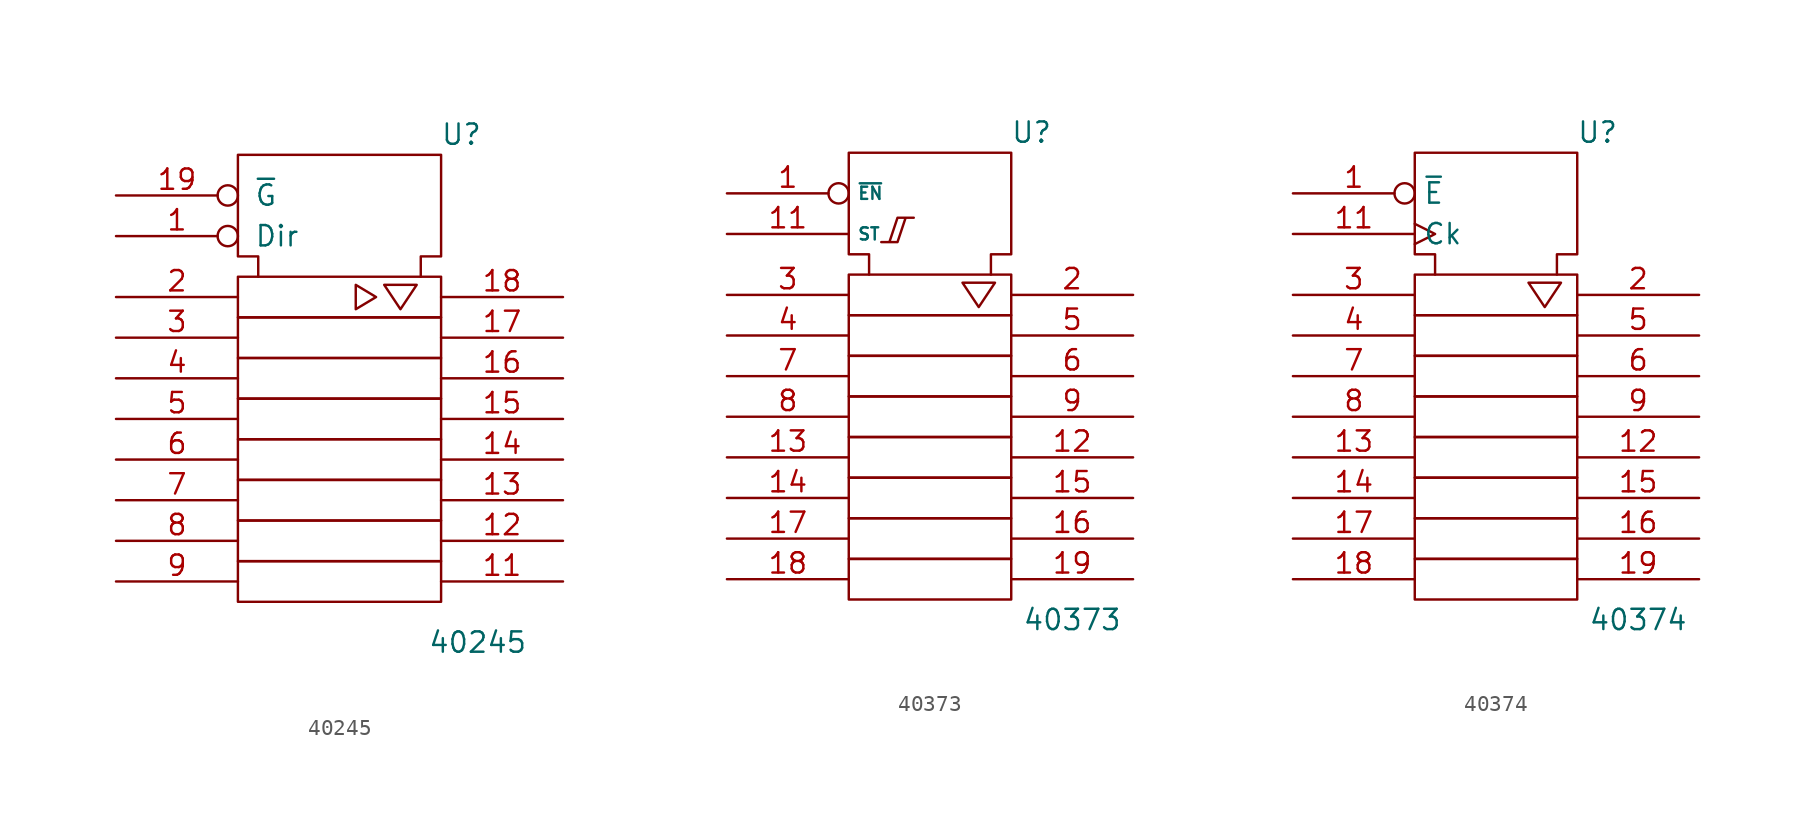
<source format=kicad_sym>
(kicad_symbol_lib
  (version 20211014)
  (generator kicad_symbol_editor)
  (symbol "40245"
    (pin_names
      (offset 1.016))
    (property "Reference" "U"
      (at 7.62 16.51 0)
      (effects (font (size 1.27 1.27))))
    (property "Value" "40245"
      (at 8.636 -15.24 0)
      (effects (font (size 1.27 1.27))))
    (symbol "40245_0_0"
      (polyline (pts (xy 1.016 7.112) (xy 1.016 5.588) (xy 2.286 6.35) (xy 1.016 7.112) (xy 1.016 7.112)) (stroke (width 0) (type default) (color 0 0 0 0)) (fill (type none)))
      (polyline (pts (xy 3.302 7.112) (xy 4.826 7.112) (xy 3.81 5.588) (xy 2.794 7.112) (xy 3.302 7.112) (xy 3.302 7.112)) (stroke (width 0) (type default) (color 0 0 0 0)) (fill (type none))))
    (symbol "40245_0_1"
      (rectangle (start -6.35 -10.16) (end 6.35 -12.7) (stroke (width 0) (type default) (color 0 0 0 0)) (fill (type none)))
      (rectangle (start -6.35 -7.62) (end 6.35 -10.16) (stroke (width 0) (type default) (color 0 0 0 0)) (fill (type none)))
      (rectangle (start -6.35 -5.08) (end 6.35 -7.62) (stroke (width 0) (type default) (color 0 0 0 0)) (fill (type none)))
      (rectangle (start -6.35 -2.54) (end 6.35 -5.08) (stroke (width 0) (type default) (color 0 0 0 0)) (fill (type none)))
      (rectangle (start -6.35 0) (end 6.35 -2.54) (stroke (width 0) (type default) (color 0 0 0 0)) (fill (type none)))
      (rectangle (start -6.35 2.54) (end 6.35 0) (stroke (width 0) (type default) (color 0 0 0 0)) (fill (type none)))
      (rectangle (start -6.35 5.08) (end 6.35 2.54) (stroke (width 0) (type default) (color 0 0 0 0)) (fill (type none)))
      (rectangle (start -6.35 7.62) (end 6.35 5.08) (stroke (width 0) (type default) (color 0 0 0 0)) (fill (type none)))
      (polyline (pts (xy -5.08 7.62) (xy -5.08 8.89) (xy -6.35 8.89) (xy -6.35 15.24) (xy 6.35 15.24) (xy 6.35 8.89) (xy 5.08 8.89) (xy 5.08 7.62) (xy 5.08 7.62)) (stroke (width 0) (type default) (color 0 0 0 0)) (fill (type none))))
    (symbol "40245_1_0"
      (pin output inverted (at -13.97 10.16 0) (length 7.62) (name "Dir" (effects (font (size 1.27 1.27)))) (number "1" (effects (font (size 1.27 1.27)))))
      (pin power_in line (at 0 15.24 270) (length 0) hide (name "Vss" (effects (font (size 1.27 1.27)))) (number "10" (effects (font (size 1.27 1.27)))))
      (pin bidirectional line (at 13.97 -11.43 180) (length 7.62) (name "~" (effects (font (size 1.27 1.27)))) (number "11" (effects (font (size 1.27 1.27)))))
      (pin bidirectional line (at 13.97 -8.89 180) (length 7.62) (name "~" (effects (font (size 1.27 1.27)))) (number "12" (effects (font (size 1.27 1.27)))))
      (pin bidirectional line (at 13.97 -6.35 180) (length 7.62) (name "~" (effects (font (size 1.27 1.27)))) (number "13" (effects (font (size 1.27 1.27)))))
      (pin bidirectional line (at 13.97 -3.81 180) (length 7.62) (name "~" (effects (font (size 1.27 1.27)))) (number "14" (effects (font (size 1.27 1.27)))))
      (pin bidirectional line (at 13.97 -1.27 180) (length 7.62) (name "~" (effects (font (size 1.27 1.27)))) (number "15" (effects (font (size 1.27 1.27)))))
      (pin bidirectional line (at 13.97 1.27 180) (length 7.62) (name "~" (effects (font (size 1.27 1.27)))) (number "16" (effects (font (size 1.27 1.27)))))
      (pin bidirectional line (at 13.97 3.81 180) (length 7.62) (name "~" (effects (font (size 1.27 1.27)))) (number "17" (effects (font (size 1.27 1.27)))))
      (pin bidirectional line (at 13.97 6.35 180) (length 7.62) (name "~" (effects (font (size 1.27 1.27)))) (number "18" (effects (font (size 1.27 1.27)))))
      (pin output inverted (at -13.97 12.7 0) (length 7.62) (name "~{G}" (effects (font (size 1.27 1.27)))) (number "19" (effects (font (size 1.27 1.27)))))
      (pin output line (at -13.97 6.35 0) (length 7.62) (name "~" (effects (font (size 1.27 1.27)))) (number "2" (effects (font (size 1.27 1.27)))))
      (pin power_in line (at 3.81 15.24 270) (length 0) hide (name "Vdd" (effects (font (size 1.27 1.27)))) (number "20" (effects (font (size 1.27 1.27)))))
      (pin output line (at -13.97 3.81 0) (length 7.62) (name "~" (effects (font (size 1.27 1.27)))) (number "3" (effects (font (size 1.27 1.27)))))
      (pin output line (at -13.97 1.27 0) (length 7.62) (name "~" (effects (font (size 1.27 1.27)))) (number "4" (effects (font (size 1.27 1.27)))))
      (pin output line (at -13.97 -1.27 0) (length 7.62) (name "~" (effects (font (size 1.27 1.27)))) (number "5" (effects (font (size 1.27 1.27)))))
      (pin output line (at -13.97 -3.81 0) (length 7.62) (name "~" (effects (font (size 1.27 1.27)))) (number "6" (effects (font (size 1.27 1.27)))))
      (pin output line (at -13.97 -6.35 0) (length 7.62) (name "~" (effects (font (size 1.27 1.27)))) (number "7" (effects (font (size 1.27 1.27)))))
      (pin output line (at -13.97 -8.89 0) (length 7.62) (name "~" (effects (font (size 1.27 1.27)))) (number "8" (effects (font (size 1.27 1.27)))))
      (pin output line (at -13.97 -11.43 0) (length 7.62) (name "~" (effects (font (size 1.27 1.27)))) (number "9" (effects (font (size 1.27 1.27)))))))
  (symbol "40373"
    (property "Reference" "U"
      (at 6.35 13.97 0)
      (effects (font (size 1.27 1.27))))
    (property "Value" "40373"
      (at 8.89 -16.51 0)
      (effects (font (size 1.27 1.27))))
    (symbol "40373_0_0"
      (pin input inverted (at -12.7 10.16 0) (length 7.62) (name "~{EN}" (effects (font (size 0.762 0.762)))) (number "1" (effects (font (size 1.27 1.27)))))
      (pin power_in line (at -1.27 12.7 270) (length 0) hide (name "Vss" (effects (font (size 0.762 0.762)))) (number "10" (effects (font (size 1.27 1.27)))))
      (pin input line (at -12.7 7.62 0) (length 7.62) (name "ST" (effects (font (size 0.762 0.762)))) (number "11" (effects (font (size 1.27 1.27)))))
      (pin power_in line (at 2.54 12.7 270) (length 0) hide (name "Vdd" (effects (font (size 0.762 0.762)))) (number "20" (effects (font (size 1.27 1.27))))))
    (symbol "40373_0_1"
      (rectangle (start -5.08 -12.7) (end 5.08 -15.24) (stroke (width 0) (type default) (color 0 0 0 0)) (fill (type none)))
      (rectangle (start -5.08 -10.16) (end 5.08 -12.7) (stroke (width 0) (type default) (color 0 0 0 0)) (fill (type none)))
      (rectangle (start -5.08 -7.62) (end 5.08 -10.16) (stroke (width 0) (type default) (color 0 0 0 0)) (fill (type none)))
      (rectangle (start -5.08 -5.08) (end 5.08 -7.62) (stroke (width 0) (type default) (color 0 0 0 0)) (fill (type none)))
      (rectangle (start -5.08 -2.54) (end 5.08 -5.08) (stroke (width 0) (type default) (color 0 0 0 0)) (fill (type none)))
      (rectangle (start -5.08 0) (end 5.08 -2.54) (stroke (width 0) (type default) (color 0 0 0 0)) (fill (type none)))
      (rectangle (start -5.08 2.54) (end 5.08 0) (stroke (width 0) (type default) (color 0 0 0 0)) (fill (type none)))
      (rectangle (start -5.08 5.08) (end 5.08 2.54) (stroke (width 0) (type default) (color 0 0 0 0)) (fill (type none)))
      (polyline (pts (xy 2.032 4.572) (xy 4.064 4.572) (xy 3.048 3.048) (xy 2.032 4.572) (xy 2.032 4.572)) (stroke (width 0) (type default) (color 0 0 0 0)) (fill (type none)))
      (polyline (pts (xy -2.54 7.112) (xy -2.032 7.112) (xy -1.524 8.636) (xy -1.016 8.636) (xy -2.032 8.636) (xy -2.54 7.112) (xy -3.048 7.112) (xy -3.048 7.112)) (stroke (width 0) (type default) (color 0 0 0 0)) (fill (type none)))
      (polyline (pts (xy -3.81 5.08) (xy -3.81 6.35) (xy -5.08 6.35) (xy -5.08 12.7) (xy 5.08 12.7) (xy 5.08 6.35) (xy 3.81 6.35) (xy 3.81 5.08) (xy 3.81 5.08)) (stroke (width 0) (type default) (color 0 0 0 0)) (fill (type none))))
    (symbol "40373_1_0"
      (pin output line (at 12.7 -6.35 180) (length 7.62) (name "~" (effects (font (size 0.762 0.762)))) (number "12" (effects (font (size 1.27 1.27)))))
      (pin input line (at -12.7 -6.35 0) (length 7.62) (name "~" (effects (font (size 0.762 0.762)))) (number "13" (effects (font (size 1.27 1.27)))))
      (pin input line (at -12.7 -8.89 0) (length 7.62) (name "~" (effects (font (size 0.762 0.762)))) (number "14" (effects (font (size 1.27 1.27)))))
      (pin output line (at 12.7 -8.89 180) (length 7.62) (name "~" (effects (font (size 0.762 0.762)))) (number "15" (effects (font (size 1.27 1.27)))))
      (pin output line (at 12.7 -11.43 180) (length 7.62) (name "~" (effects (font (size 0.762 0.762)))) (number "16" (effects (font (size 1.27 1.27)))))
      (pin input line (at -12.7 -11.43 0) (length 7.62) (name "~" (effects (font (size 0.762 0.762)))) (number "17" (effects (font (size 1.27 1.27)))))
      (pin input line (at -12.7 -13.97 0) (length 7.62) (name "~" (effects (font (size 0.762 0.762)))) (number "18" (effects (font (size 1.27 1.27)))))
      (pin output line (at 12.7 -13.97 180) (length 7.62) (name "~" (effects (font (size 0.762 0.762)))) (number "19" (effects (font (size 1.27 1.27)))))
      (pin output line (at 12.7 3.81 180) (length 7.62) (name "~" (effects (font (size 0.762 0.762)))) (number "2" (effects (font (size 1.27 1.27)))))
      (pin input line (at -12.7 3.81 0) (length 7.62) (name "~" (effects (font (size 0.762 0.762)))) (number "3" (effects (font (size 1.27 1.27)))))
      (pin input line (at -12.7 1.27 0) (length 7.62) (name "~" (effects (font (size 0.762 0.762)))) (number "4" (effects (font (size 1.27 1.27)))))
      (pin output line (at 12.7 1.27 180) (length 7.62) (name "~" (effects (font (size 0.762 0.762)))) (number "5" (effects (font (size 1.27 1.27)))))
      (pin output line (at 12.7 -1.27 180) (length 7.62) (name "~" (effects (font (size 0.762 0.762)))) (number "6" (effects (font (size 1.27 1.27)))))
      (pin input line (at -12.7 -1.27 0) (length 7.62) (name "~" (effects (font (size 0.762 0.762)))) (number "7" (effects (font (size 1.27 1.27)))))
      (pin input line (at -12.7 -3.81 0) (length 7.62) (name "~" (effects (font (size 0.762 0.762)))) (number "8" (effects (font (size 1.27 1.27)))))
      (pin output line (at 12.7 -3.81 180) (length 7.62) (name "~" (effects (font (size 0.762 0.762)))) (number "9" (effects (font (size 1.27 1.27)))))))
  (symbol "40374"
    (property "Reference" "U"
      (at 6.35 13.97 0)
      (effects (font (size 1.27 1.27))))
    (property "Value" "40374"
      (at 8.89 -16.51 0)
      (effects (font (size 1.27 1.27))))
    (symbol "40374_0_0"
      (pin input inverted (at -12.7 10.16 0) (length 7.62) (name "~{E}" (effects (font (size 1.27 1.27)))) (number "1" (effects (font (size 1.27 1.27)))))
      (pin power_in line (at 0 12.7 270) (length 0) hide (name "Vss" (effects (font (size 1.27 1.27)))) (number "10" (effects (font (size 1.27 1.27)))))
      (pin input clock (at -12.7 7.62 0) (length 7.62) (name "Ck" (effects (font (size 1.27 1.27)))) (number "11" (effects (font (size 1.27 1.27)))))
      (pin power_in line (at 3.81 12.7 270) (length 0) hide (name "Vdd" (effects (font (size 1.27 1.27)))) (number "20" (effects (font (size 1.27 1.27))))))
    (symbol "40374_0_1"
      (rectangle (start -5.08 -12.7) (end 5.08 -15.24) (stroke (width 0) (type default) (color 0 0 0 0)) (fill (type none)))
      (rectangle (start -5.08 -10.16) (end 5.08 -12.7) (stroke (width 0) (type default) (color 0 0 0 0)) (fill (type none)))
      (rectangle (start -5.08 -7.62) (end 5.08 -10.16) (stroke (width 0) (type default) (color 0 0 0 0)) (fill (type none)))
      (rectangle (start -5.08 -5.08) (end 5.08 -7.62) (stroke (width 0) (type default) (color 0 0 0 0)) (fill (type none)))
      (rectangle (start -5.08 -2.54) (end 5.08 -5.08) (stroke (width 0) (type default) (color 0 0 0 0)) (fill (type none)))
      (rectangle (start -5.08 0) (end 5.08 -2.54) (stroke (width 0) (type default) (color 0 0 0 0)) (fill (type none)))
      (rectangle (start -5.08 2.54) (end 5.08 0) (stroke (width 0) (type default) (color 0 0 0 0)) (fill (type none)))
      (rectangle (start -5.08 5.08) (end 5.08 2.54) (stroke (width 0) (type default) (color 0 0 0 0)) (fill (type none)))
      (polyline (pts (xy 2.032 4.572) (xy 4.064 4.572) (xy 3.048 3.048) (xy 2.032 4.572) (xy 2.032 4.572)) (stroke (width 0) (type default) (color 0 0 0 0)) (fill (type none)))
      (polyline (pts (xy -3.81 5.08) (xy -3.81 6.35) (xy -5.08 6.35) (xy -5.08 12.7) (xy 5.08 12.7) (xy 5.08 6.35) (xy 3.81 6.35) (xy 3.81 5.08) (xy 3.81 5.08)) (stroke (width 0) (type default) (color 0 0 0 0)) (fill (type none))))
    (symbol "40374_1_0"
      (pin tri_state line (at 12.7 -6.35 180) (length 7.62) (name "~" (effects (font (size 1.27 1.27)))) (number "12" (effects (font (size 1.27 1.27)))))
      (pin input line (at -12.7 -6.35 0) (length 7.62) (name "~" (effects (font (size 1.27 1.27)))) (number "13" (effects (font (size 1.27 1.27)))))
      (pin input line (at -12.7 -8.89 0) (length 7.62) (name "~" (effects (font (size 1.27 1.27)))) (number "14" (effects (font (size 1.27 1.27)))))
      (pin tri_state line (at 12.7 -8.89 180) (length 7.62) (name "~" (effects (font (size 1.27 1.27)))) (number "15" (effects (font (size 1.27 1.27)))))
      (pin tri_state line (at 12.7 -11.43 180) (length 7.62) (name "~" (effects (font (size 1.27 1.27)))) (number "16" (effects (font (size 1.27 1.27)))))
      (pin input line (at -12.7 -11.43 0) (length 7.62) (name "~" (effects (font (size 1.27 1.27)))) (number "17" (effects (font (size 1.27 1.27)))))
      (pin input line (at -12.7 -13.97 0) (length 7.62) (name "~" (effects (font (size 1.27 1.27)))) (number "18" (effects (font (size 1.27 1.27)))))
      (pin tri_state line (at 12.7 -13.97 180) (length 7.62) (name "~" (effects (font (size 1.27 1.27)))) (number "19" (effects (font (size 1.27 1.27)))))
      (pin tri_state line (at 12.7 3.81 180) (length 7.62) (name "~" (effects (font (size 1.27 1.27)))) (number "2" (effects (font (size 1.27 1.27)))))
      (pin input line (at -12.7 3.81 0) (length 7.62) (name "~" (effects (font (size 1.27 1.27)))) (number "3" (effects (font (size 1.27 1.27)))))
      (pin input line (at -12.7 1.27 0) (length 7.62) (name "~" (effects (font (size 1.27 1.27)))) (number "4" (effects (font (size 1.27 1.27)))))
      (pin tri_state line (at 12.7 1.27 180) (length 7.62) (name "~" (effects (font (size 1.27 1.27)))) (number "5" (effects (font (size 1.27 1.27)))))
      (pin tri_state line (at 12.7 -1.27 180) (length 7.62) (name "~" (effects (font (size 1.27 1.27)))) (number "6" (effects (font (size 1.27 1.27)))))
      (pin input line (at -12.7 -1.27 0) (length 7.62) (name "~" (effects (font (size 1.27 1.27)))) (number "7" (effects (font (size 1.27 1.27)))))
      (pin input line (at -12.7 -3.81 0) (length 7.62) (name "~" (effects (font (size 1.27 1.27)))) (number "8" (effects (font (size 1.27 1.27)))))
      (pin tri_state line (at 12.7 -3.81 180) (length 7.62) (name "~" (effects (font (size 1.27 1.27)))) (number "9" (effects (font (size 1.27 1.27))))))))
</source>
